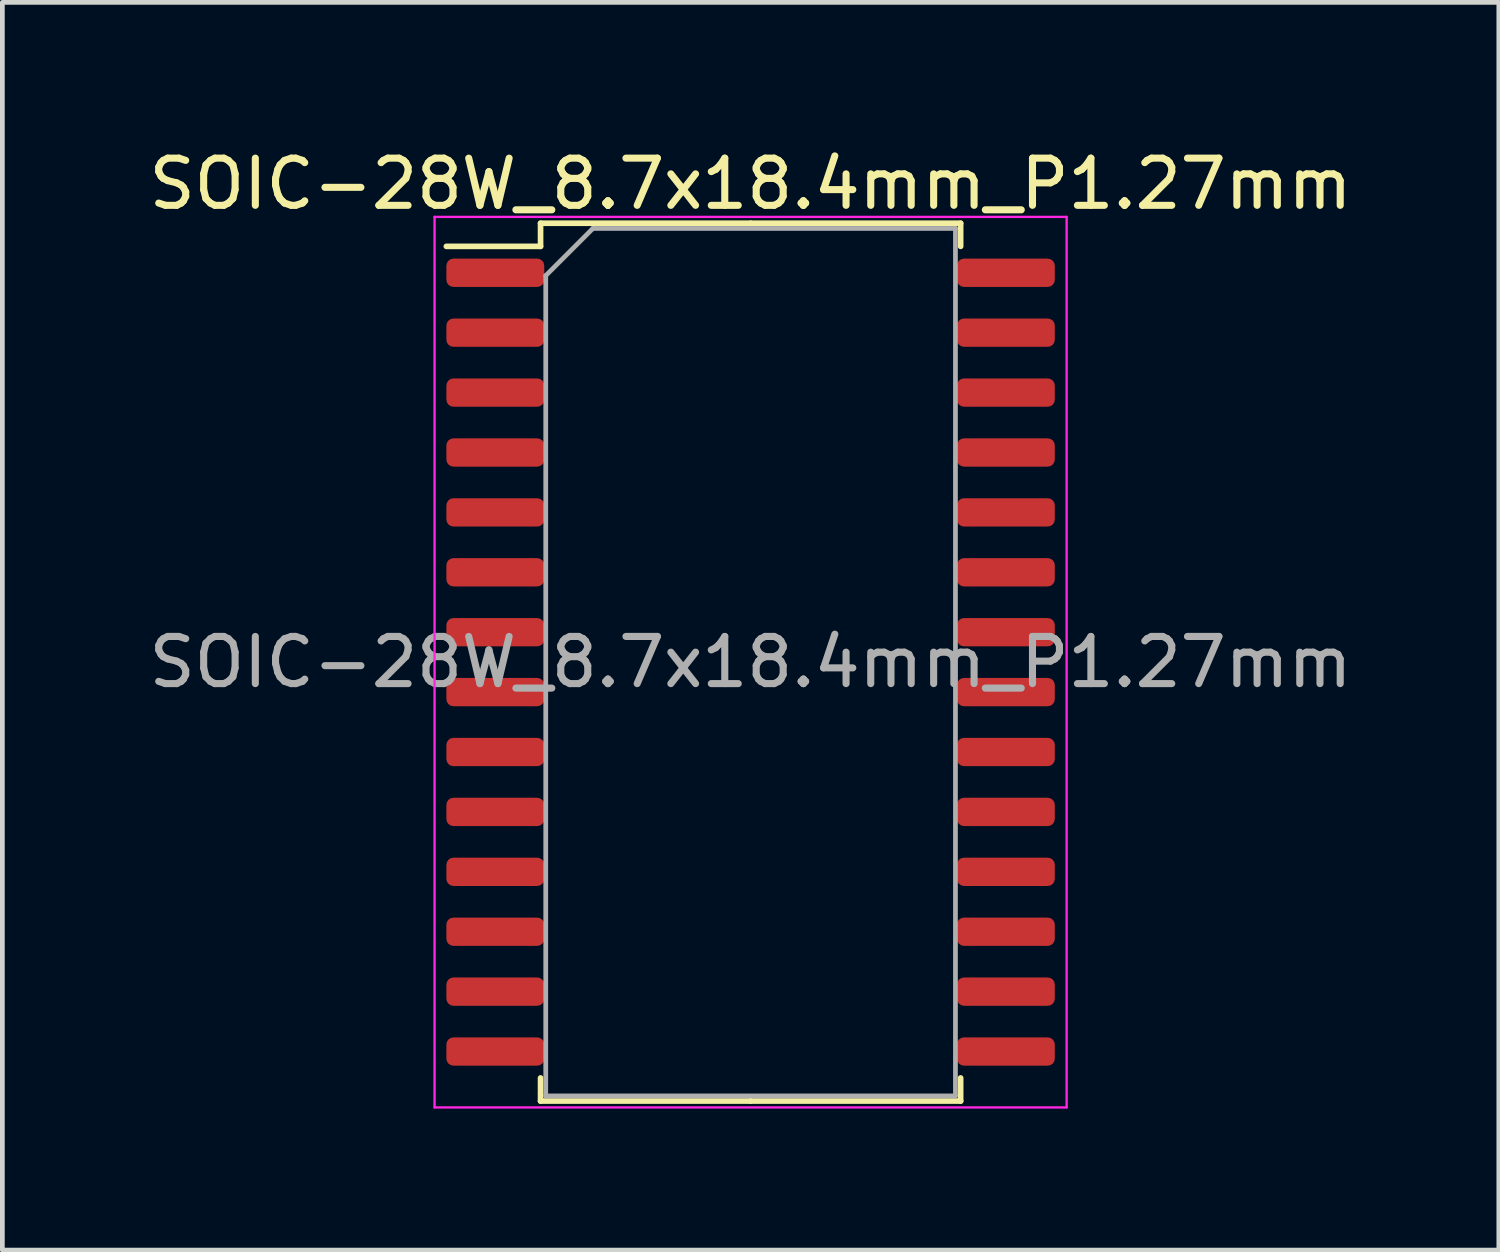
<source format=kicad_pcb>
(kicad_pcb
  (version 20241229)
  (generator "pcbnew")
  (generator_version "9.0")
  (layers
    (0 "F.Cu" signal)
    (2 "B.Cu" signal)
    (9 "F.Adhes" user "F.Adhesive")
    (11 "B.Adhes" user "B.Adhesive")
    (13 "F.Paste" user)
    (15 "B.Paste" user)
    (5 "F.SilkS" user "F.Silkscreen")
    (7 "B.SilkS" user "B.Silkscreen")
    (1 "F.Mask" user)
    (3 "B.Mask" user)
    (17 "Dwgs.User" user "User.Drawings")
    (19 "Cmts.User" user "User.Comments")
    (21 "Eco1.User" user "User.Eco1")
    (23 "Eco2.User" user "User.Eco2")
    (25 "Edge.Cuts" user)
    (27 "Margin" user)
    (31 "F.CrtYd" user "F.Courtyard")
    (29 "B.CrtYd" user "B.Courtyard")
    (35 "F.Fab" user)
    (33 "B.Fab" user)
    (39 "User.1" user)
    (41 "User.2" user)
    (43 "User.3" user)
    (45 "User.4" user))
  (footprint "SOIC-28W_8.7x18.4mm_P1.27mm"
    (layer "F.Cu")
    (at 12.863 10.988)
    (property "Reference" "SOIC-28W_8.7x18.4mm_P1.27mm" (at 0 -10.14 0) (layer "F.SilkS") (effects (font (size 1 1) (thickness 0.15))))
    (attr smd)
    (fp_line (start -4.453 -9.305) (end -4.453 -8.815) (stroke (width 0.12) (type solid)) (layer "F.SilkS"))
    (fp_line (start -4.453 -8.815) (end -6.45 -8.815) (stroke (width 0.12) (type solid)) (layer "F.SilkS"))
    (fp_line (start -4.453 9.305) (end -4.453 8.815) (stroke (width 0.12) (type solid)) (layer "F.SilkS"))
    (fp_line (start 0 -9.305) (end -4.453 -9.305) (stroke (width 0.12) (type solid)) (layer "F.SilkS"))
    (fp_line (start 0 -9.305) (end 4.453 -9.305) (stroke (width 0.12) (type solid)) (layer "F.SilkS"))
    (fp_line (start 0 9.305) (end -4.453 9.305) (stroke (width 0.12) (type solid)) (layer "F.SilkS"))
    (fp_line (start 0 9.305) (end 4.453 9.305) (stroke (width 0.12) (type solid)) (layer "F.SilkS"))
    (fp_line (start 4.453 -9.305) (end 4.453 -8.815) (stroke (width 0.12) (type solid)) (layer "F.SilkS"))
    (fp_line (start 4.453 9.305) (end 4.453 8.815) (stroke (width 0.12) (type solid)) (layer "F.SilkS"))
    (fp_line (start -6.7 -9.44) (end -6.7 9.44) (stroke (width 0.05) (type solid)) (layer "F.CrtYd"))
    (fp_line (start -6.7 9.44) (end 6.7 9.44) (stroke (width 0.05) (type solid)) (layer "F.CrtYd"))
    (fp_line (start 6.7 -9.44) (end -6.7 -9.44) (stroke (width 0.05) (type solid)) (layer "F.CrtYd"))
    (fp_line (start 6.7 9.44) (end 6.7 -9.44) (stroke (width 0.05) (type solid)) (layer "F.CrtYd"))
    (fp_line (start -4.343 -8.195) (end -3.343 -9.195) (stroke (width 0.1) (type solid)) (layer "F.Fab"))
    (fp_line (start -4.343 9.195) (end -4.343 -8.195) (stroke (width 0.1) (type solid)) (layer "F.Fab"))
    (fp_line (start -3.343 -9.195) (end 4.343 -9.195) (stroke (width 0.1) (type solid)) (layer "F.Fab"))
    (fp_line (start 4.343 -9.195) (end 4.343 9.195) (stroke (width 0.1) (type solid)) (layer "F.Fab"))
    (fp_line (start 4.343 9.195) (end -4.343 9.195) (stroke (width 0.1) (type solid)) (layer "F.Fab"))
    (fp_text user "${REFERENCE}" (at 0 0 0) (layer "F.Fab") (effects (font (size 1 1) (thickness 0.15))))
    (pad "1" smd roundrect (at -5.412 -8.255) (size 2.075 0.6) (layers "F.Cu" "F.Mask" "F.Paste") (roundrect_rratio 0.25))
    (pad "2" smd roundrect (at -5.412 -6.985) (size 2.075 0.6) (layers "F.Cu" "F.Mask" "F.Paste") (roundrect_rratio 0.25))
    (pad "3" smd roundrect (at -5.412 -5.715) (size 2.075 0.6) (layers "F.Cu" "F.Mask" "F.Paste") (roundrect_rratio 0.25))
    (pad "4" smd roundrect (at -5.412 -4.445) (size 2.075 0.6) (layers "F.Cu" "F.Mask" "F.Paste") (roundrect_rratio 0.25))
    (pad "5" smd roundrect (at -5.412 -3.175) (size 2.075 0.6) (layers "F.Cu" "F.Mask" "F.Paste") (roundrect_rratio 0.25))
    (pad "6" smd roundrect (at -5.412 -1.905) (size 2.075 0.6) (layers "F.Cu" "F.Mask" "F.Paste") (roundrect_rratio 0.25))
    (pad "7" smd roundrect (at -5.412 -0.635) (size 2.075 0.6) (layers "F.Cu" "F.Mask" "F.Paste") (roundrect_rratio 0.25))
    (pad "8" smd roundrect (at -5.412 0.635) (size 2.075 0.6) (layers "F.Cu" "F.Mask" "F.Paste") (roundrect_rratio 0.25))
    (pad "9" smd roundrect (at -5.412 1.905) (size 2.075 0.6) (layers "F.Cu" "F.Mask" "F.Paste") (roundrect_rratio 0.25))
    (pad "10" smd roundrect (at -5.412 3.175) (size 2.075 0.6) (layers "F.Cu" "F.Mask" "F.Paste") (roundrect_rratio 0.25))
    (pad "11" smd roundrect (at -5.412 4.445) (size 2.075 0.6) (layers "F.Cu" "F.Mask" "F.Paste") (roundrect_rratio 0.25))
    (pad "12" smd roundrect (at -5.412 5.715) (size 2.075 0.6) (layers "F.Cu" "F.Mask" "F.Paste") (roundrect_rratio 0.25))
    (pad "13" smd roundrect (at -5.412 6.985) (size 2.075 0.6) (layers "F.Cu" "F.Mask" "F.Paste") (roundrect_rratio 0.25))
    (pad "14" smd roundrect (at -5.412 8.255) (size 2.075 0.6) (layers "F.Cu" "F.Mask" "F.Paste") (roundrect_rratio 0.25))
    (pad "15" smd roundrect (at 5.412 8.255) (size 2.075 0.6) (layers "F.Cu" "F.Mask" "F.Paste") (roundrect_rratio 0.25))
    (pad "16" smd roundrect (at 5.412 6.985) (size 2.075 0.6) (layers "F.Cu" "F.Mask" "F.Paste") (roundrect_rratio 0.25))
    (pad "17" smd roundrect (at 5.412 5.715) (size 2.075 0.6) (layers "F.Cu" "F.Mask" "F.Paste") (roundrect_rratio 0.25))
    (pad "18" smd roundrect (at 5.412 4.445) (size 2.075 0.6) (layers "F.Cu" "F.Mask" "F.Paste") (roundrect_rratio 0.25))
    (pad "19" smd roundrect (at 5.412 3.175) (size 2.075 0.6) (layers "F.Cu" "F.Mask" "F.Paste") (roundrect_rratio 0.25))
    (pad "20" smd roundrect (at 5.412 1.905) (size 2.075 0.6) (layers "F.Cu" "F.Mask" "F.Paste") (roundrect_rratio 0.25))
    (pad "21" smd roundrect (at 5.412 0.635) (size 2.075 0.6) (layers "F.Cu" "F.Mask" "F.Paste") (roundrect_rratio 0.25))
    (pad "22" smd roundrect (at 5.412 -0.635) (size 2.075 0.6) (layers "F.Cu" "F.Mask" "F.Paste") (roundrect_rratio 0.25))
    (pad "23" smd roundrect (at 5.412 -1.905) (size 2.075 0.6) (layers "F.Cu" "F.Mask" "F.Paste") (roundrect_rratio 0.25))
    (pad "24" smd roundrect (at 5.412 -3.175) (size 2.075 0.6) (layers "F.Cu" "F.Mask" "F.Paste") (roundrect_rratio 0.25))
    (pad "25" smd roundrect (at 5.412 -4.445) (size 2.075 0.6) (layers "F.Cu" "F.Mask" "F.Paste") (roundrect_rratio 0.25))
    (pad "26" smd roundrect (at 5.412 -5.715) (size 2.075 0.6) (layers "F.Cu" "F.Mask" "F.Paste") (roundrect_rratio 0.25))
    (pad "27" smd roundrect (at 5.412 -6.985) (size 2.075 0.6) (layers "F.Cu" "F.Mask" "F.Paste") (roundrect_rratio 0.25))
    (pad "28" smd roundrect (at 5.412 -8.255) (size 2.075 0.6) (layers "F.Cu" "F.Mask" "F.Paste") (roundrect_rratio 0.25)))
  (gr_rect
    (start -3 -3)
    (end 28.726 23.453)
    (stroke (width 0.1) (type default))
    (fill no)
    (layer "Edge.Cuts")))
</source>
